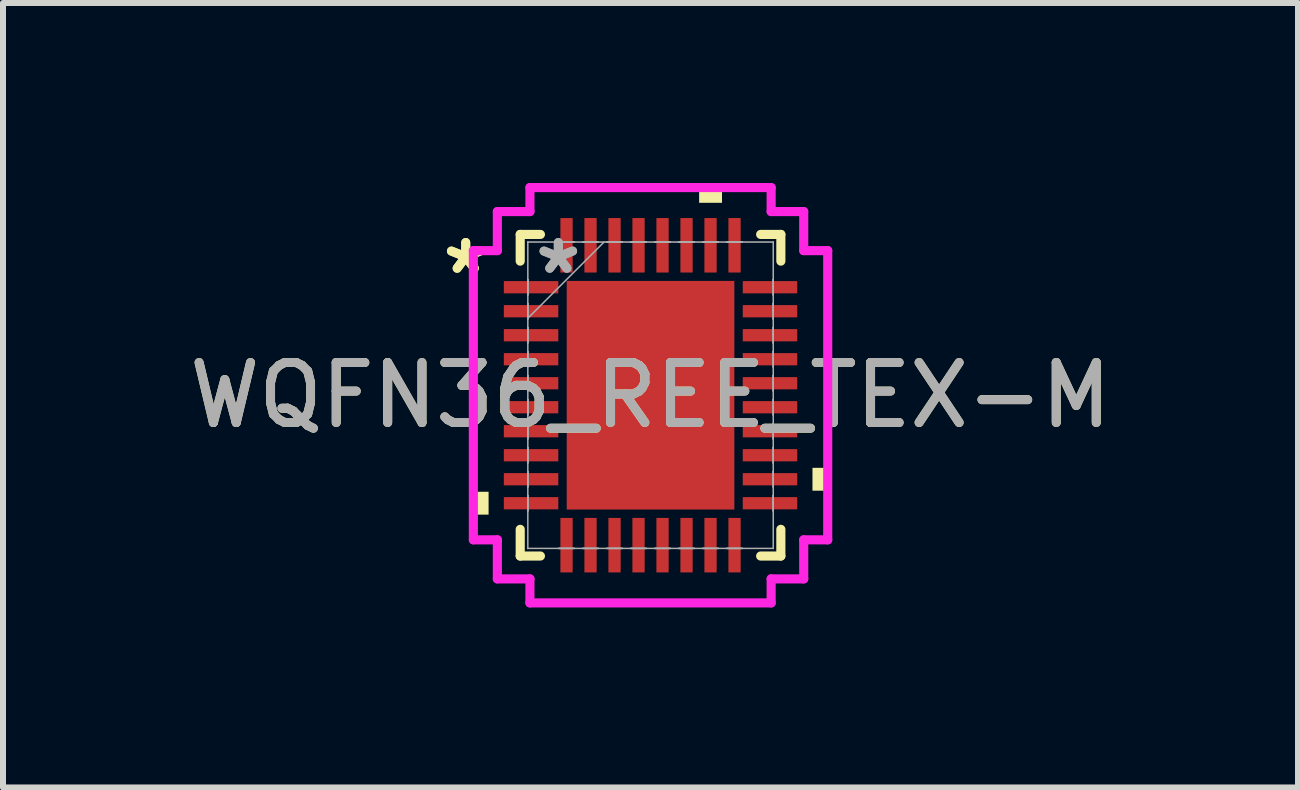
<source format=kicad_pcb>
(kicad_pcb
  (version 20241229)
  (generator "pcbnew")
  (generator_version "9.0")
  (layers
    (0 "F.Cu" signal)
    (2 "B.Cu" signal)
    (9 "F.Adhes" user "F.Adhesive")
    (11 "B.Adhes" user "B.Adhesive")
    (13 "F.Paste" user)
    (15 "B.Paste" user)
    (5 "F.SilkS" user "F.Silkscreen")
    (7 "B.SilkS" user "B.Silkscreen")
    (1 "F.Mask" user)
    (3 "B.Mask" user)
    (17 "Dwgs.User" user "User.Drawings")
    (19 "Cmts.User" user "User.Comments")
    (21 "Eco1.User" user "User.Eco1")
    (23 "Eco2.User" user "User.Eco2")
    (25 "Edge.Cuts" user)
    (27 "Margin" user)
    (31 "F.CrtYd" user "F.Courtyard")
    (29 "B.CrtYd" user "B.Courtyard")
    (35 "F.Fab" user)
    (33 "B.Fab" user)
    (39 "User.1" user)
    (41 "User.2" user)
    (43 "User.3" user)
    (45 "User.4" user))
  (footprint "WQFN36_REE_TEX-M"
    (layer "F.Cu")
    (at 7.792 3.537)
    (property "Reference" "WQFN36_REE_TEX-M" (at 0 0 0) (unlocked yes) (layer "F.SilkS") (effects (font (size 1 1) (thickness 0.15))))
    (attr smd)
    (fp_line (start -2.172 -2.68) (end -2.172 -2.235) (stroke (width 0.152) (type solid)) (layer "F.SilkS"))
    (fp_line (start -2.172 2.235) (end -2.172 2.68) (stroke (width 0.152) (type solid)) (layer "F.SilkS"))
    (fp_line (start -2.172 2.68) (end -1.835 2.68) (stroke (width 0.152) (type solid)) (layer "F.SilkS"))
    (fp_line (start -1.835 -2.68) (end -2.172 -2.68) (stroke (width 0.152) (type solid)) (layer "F.SilkS"))
    (fp_line (start 1.835 2.68) (end 2.172 2.68) (stroke (width 0.152) (type solid)) (layer "F.SilkS"))
    (fp_line (start 2.172 -2.68) (end 1.835 -2.68) (stroke (width 0.152) (type solid)) (layer "F.SilkS"))
    (fp_line (start 2.172 -2.235) (end 2.172 -2.68) (stroke (width 0.152) (type solid)) (layer "F.SilkS"))
    (fp_line (start 2.172 2.68) (end 2.172 2.235) (stroke (width 0.152) (type solid)) (layer "F.SilkS"))
    (fp_poly (pts (xy -2.953 1.609) (xy -2.953 1.99) (xy -2.699 1.99) (xy -2.699 1.609)) (stroke (width 0) (type solid)) (fill yes) (layer "F.SilkS"))
    (fp_poly (pts (xy 0.81 -3.207) (xy 0.81 -3.461) (xy 1.191 -3.461) (xy 1.191 -3.207)) (stroke (width 0) (type solid)) (fill yes) (layer "F.SilkS"))
    (fp_poly (pts (xy 2.953 1.21) (xy 2.953 1.591) (xy 2.699 1.591) (xy 2.699 1.21)) (stroke (width 0) (type solid)) (fill yes) (layer "F.SilkS"))
    (fp_poly (pts (xy -1.297 -1.805) (xy -1.297 -0.735) (xy -0.1 -0.735) (xy -0.1 -1.805)) (stroke (width 0) (type solid)) (fill yes) (layer "F.Paste"))
    (fp_poly (pts (xy -1.297 -0.535) (xy -1.297 0.535) (xy -0.1 0.535) (xy -0.1 -0.535)) (stroke (width 0) (type solid)) (fill yes) (layer "F.Paste"))
    (fp_poly (pts (xy -1.297 0.735) (xy -1.297 1.805) (xy -0.1 1.805) (xy -0.1 0.735)) (stroke (width 0) (type solid)) (fill yes) (layer "F.Paste"))
    (fp_poly (pts (xy 0.1 -1.805) (xy 0.1 -0.735) (xy 1.297 -0.735) (xy 1.297 -1.805)) (stroke (width 0) (type solid)) (fill yes) (layer "F.Paste"))
    (fp_poly (pts (xy 0.1 -0.535) (xy 0.1 0.535) (xy 1.297 0.535) (xy 1.297 -0.535)) (stroke (width 0) (type solid)) (fill yes) (layer "F.Paste"))
    (fp_poly (pts (xy 0.1 0.735) (xy 0.1 1.805) (xy 1.297 1.805) (xy 1.297 0.735)) (stroke (width 0) (type solid)) (fill yes) (layer "F.Paste"))
    (fp_line (start -2.953 -2.41) (end -2.553 -2.41) (stroke (width 0.152) (type solid)) (layer "F.CrtYd"))
    (fp_line (start -2.953 2.41) (end -2.953 -2.41) (stroke (width 0.152) (type solid)) (layer "F.CrtYd"))
    (fp_line (start -2.553 -3.061) (end -2.01 -3.061) (stroke (width 0.152) (type solid)) (layer "F.CrtYd"))
    (fp_line (start -2.553 -2.41) (end -2.553 -3.061) (stroke (width 0.152) (type solid)) (layer "F.CrtYd"))
    (fp_line (start -2.553 2.41) (end -2.953 2.41) (stroke (width 0.152) (type solid)) (layer "F.CrtYd"))
    (fp_line (start -2.553 3.061) (end -2.553 2.41) (stroke (width 0.152) (type solid)) (layer "F.CrtYd"))
    (fp_line (start -2.01 -3.461) (end 2.01 -3.461) (stroke (width 0.152) (type solid)) (layer "F.CrtYd"))
    (fp_line (start -2.01 -3.061) (end -2.01 -3.461) (stroke (width 0.152) (type solid)) (layer "F.CrtYd"))
    (fp_line (start -2.01 3.061) (end -2.553 3.061) (stroke (width 0.152) (type solid)) (layer "F.CrtYd"))
    (fp_line (start -2.01 3.461) (end -2.01 3.061) (stroke (width 0.152) (type solid)) (layer "F.CrtYd"))
    (fp_line (start 2.01 -3.461) (end 2.01 -3.061) (stroke (width 0.152) (type solid)) (layer "F.CrtYd"))
    (fp_line (start 2.01 -3.061) (end 2.553 -3.061) (stroke (width 0.152) (type solid)) (layer "F.CrtYd"))
    (fp_line (start 2.01 3.061) (end 2.01 3.461) (stroke (width 0.152) (type solid)) (layer "F.CrtYd"))
    (fp_line (start 2.01 3.461) (end -2.01 3.461) (stroke (width 0.152) (type solid)) (layer "F.CrtYd"))
    (fp_line (start 2.553 -3.061) (end 2.553 -2.41) (stroke (width 0.152) (type solid)) (layer "F.CrtYd"))
    (fp_line (start 2.553 -2.41) (end 2.953 -2.41) (stroke (width 0.152) (type solid)) (layer "F.CrtYd"))
    (fp_line (start 2.553 2.41) (end 2.553 3.061) (stroke (width 0.152) (type solid)) (layer "F.CrtYd"))
    (fp_line (start 2.553 3.061) (end 2.01 3.061) (stroke (width 0.152) (type solid)) (layer "F.CrtYd"))
    (fp_line (start 2.953 -2.41) (end 2.953 2.41) (stroke (width 0.152) (type solid)) (layer "F.CrtYd"))
    (fp_line (start 2.953 2.41) (end 2.553 2.41) (stroke (width 0.152) (type solid)) (layer "F.CrtYd"))
    (fp_line (start -2.045 -2.553) (end -2.045 -2.553) (stroke (width 0.025) (type solid)) (layer "F.Fab"))
    (fp_line (start -2.045 -2.553) (end -2.045 2.553) (stroke (width 0.025) (type solid)) (layer "F.Fab"))
    (fp_line (start -2.045 -1.927) (end -2.045 -1.927) (stroke (width 0.025) (type solid)) (layer "F.Fab"))
    (fp_line (start -2.045 -1.927) (end -2.045 -1.673) (stroke (width 0.025) (type solid)) (layer "F.Fab"))
    (fp_line (start -2.045 -1.673) (end -2.045 -1.927) (stroke (width 0.025) (type solid)) (layer "F.Fab"))
    (fp_line (start -2.045 -1.673) (end -2.045 -1.673) (stroke (width 0.025) (type solid)) (layer "F.Fab"))
    (fp_line (start -2.045 -1.527) (end -2.045 -1.527) (stroke (width 0.025) (type solid)) (layer "F.Fab"))
    (fp_line (start -2.045 -1.527) (end -2.045 -1.273) (stroke (width 0.025) (type solid)) (layer "F.Fab"))
    (fp_line (start -2.045 -1.283) (end -0.775 -2.553) (stroke (width 0.025) (type solid)) (layer "F.Fab"))
    (fp_line (start -2.045 -1.273) (end -2.045 -1.527) (stroke (width 0.025) (type solid)) (layer "F.Fab"))
    (fp_line (start -2.045 -1.273) (end -2.045 -1.273) (stroke (width 0.025) (type solid)) (layer "F.Fab"))
    (fp_line (start -2.045 -1.127) (end -2.045 -1.127) (stroke (width 0.025) (type solid)) (layer "F.Fab"))
    (fp_line (start -2.045 -1.127) (end -2.045 -0.873) (stroke (width 0.025) (type solid)) (layer "F.Fab"))
    (fp_line (start -2.045 -0.873) (end -2.045 -1.127) (stroke (width 0.025) (type solid)) (layer "F.Fab"))
    (fp_line (start -2.045 -0.873) (end -2.045 -0.873) (stroke (width 0.025) (type solid)) (layer "F.Fab"))
    (fp_line (start -2.045 -0.727) (end -2.045 -0.727) (stroke (width 0.025) (type solid)) (layer "F.Fab"))
    (fp_line (start -2.045 -0.727) (end -2.045 -0.473) (stroke (width 0.025) (type solid)) (layer "F.Fab"))
    (fp_line (start -2.045 -0.473) (end -2.045 -0.727) (stroke (width 0.025) (type solid)) (layer "F.Fab"))
    (fp_line (start -2.045 -0.473) (end -2.045 -0.473) (stroke (width 0.025) (type solid)) (layer "F.Fab"))
    (fp_line (start -2.045 -0.327) (end -2.045 -0.327) (stroke (width 0.025) (type solid)) (layer "F.Fab"))
    (fp_line (start -2.045 -0.327) (end -2.045 -0.073) (stroke (width 0.025) (type solid)) (layer "F.Fab"))
    (fp_line (start -2.045 -0.073) (end -2.045 -0.327) (stroke (width 0.025) (type solid)) (layer "F.Fab"))
    (fp_line (start -2.045 -0.073) (end -2.045 -0.073) (stroke (width 0.025) (type solid)) (layer "F.Fab"))
    (fp_line (start -2.045 0.073) (end -2.045 0.073) (stroke (width 0.025) (type solid)) (layer "F.Fab"))
    (fp_line (start -2.045 0.073) (end -2.045 0.327) (stroke (width 0.025) (type solid)) (layer "F.Fab"))
    (fp_line (start -2.045 0.327) (end -2.045 0.073) (stroke (width 0.025) (type solid)) (layer "F.Fab"))
    (fp_line (start -2.045 0.327) (end -2.045 0.327) (stroke (width 0.025) (type solid)) (layer "F.Fab"))
    (fp_line (start -2.045 0.473) (end -2.045 0.473) (stroke (width 0.025) (type solid)) (layer "F.Fab"))
    (fp_line (start -2.045 0.473) (end -2.045 0.727) (stroke (width 0.025) (type solid)) (layer "F.Fab"))
    (fp_line (start -2.045 0.727) (end -2.045 0.473) (stroke (width 0.025) (type solid)) (layer "F.Fab"))
    (fp_line (start -2.045 0.727) (end -2.045 0.727) (stroke (width 0.025) (type solid)) (layer "F.Fab"))
    (fp_line (start -2.045 0.873) (end -2.045 0.873) (stroke (width 0.025) (type solid)) (layer "F.Fab"))
    (fp_line (start -2.045 0.873) (end -2.045 1.127) (stroke (width 0.025) (type solid)) (layer "F.Fab"))
    (fp_line (start -2.045 1.127) (end -2.045 0.873) (stroke (width 0.025) (type solid)) (layer "F.Fab"))
    (fp_line (start -2.045 1.127) (end -2.045 1.127) (stroke (width 0.025) (type solid)) (layer "F.Fab"))
    (fp_line (start -2.045 1.273) (end -2.045 1.273) (stroke (width 0.025) (type solid)) (layer "F.Fab"))
    (fp_line (start -2.045 1.273) (end -2.045 1.527) (stroke (width 0.025) (type solid)) (layer "F.Fab"))
    (fp_line (start -2.045 1.527) (end -2.045 1.273) (stroke (width 0.025) (type solid)) (layer "F.Fab"))
    (fp_line (start -2.045 1.527) (end -2.045 1.527) (stroke (width 0.025) (type solid)) (layer "F.Fab"))
    (fp_line (start -2.045 1.673) (end -2.045 1.673) (stroke (width 0.025) (type solid)) (layer "F.Fab"))
    (fp_line (start -2.045 1.673) (end -2.045 1.927) (stroke (width 0.025) (type solid)) (layer "F.Fab"))
    (fp_line (start -2.045 1.927) (end -2.045 1.673) (stroke (width 0.025) (type solid)) (layer "F.Fab"))
    (fp_line (start -2.045 1.927) (end -2.045 1.927) (stroke (width 0.025) (type solid)) (layer "F.Fab"))
    (fp_line (start -2.045 2.553) (end -2.045 2.553) (stroke (width 0.025) (type solid)) (layer "F.Fab"))
    (fp_line (start -2.045 2.553) (end 2.045 2.553) (stroke (width 0.025) (type solid)) (layer "F.Fab"))
    (fp_line (start -1.527 -2.553) (end -1.527 -2.553) (stroke (width 0.025) (type solid)) (layer "F.Fab"))
    (fp_line (start -1.527 -2.553) (end -1.273 -2.553) (stroke (width 0.025) (type solid)) (layer "F.Fab"))
    (fp_line (start -1.527 2.553) (end -1.527 2.553) (stroke (width 0.025) (type solid)) (layer "F.Fab"))
    (fp_line (start -1.527 2.553) (end -1.273 2.553) (stroke (width 0.025) (type solid)) (layer "F.Fab"))
    (fp_line (start -1.273 -2.553) (end -1.527 -2.553) (stroke (width 0.025) (type solid)) (layer "F.Fab"))
    (fp_line (start -1.273 -2.553) (end -1.273 -2.553) (stroke (width 0.025) (type solid)) (layer "F.Fab"))
    (fp_line (start -1.273 2.553) (end -1.527 2.553) (stroke (width 0.025) (type solid)) (layer "F.Fab"))
    (fp_line (start -1.273 2.553) (end -1.273 2.553) (stroke (width 0.025) (type solid)) (layer "F.Fab"))
    (fp_line (start -1.127 -2.553) (end -1.127 -2.553) (stroke (width 0.025) (type solid)) (layer "F.Fab"))
    (fp_line (start -1.127 -2.553) (end -0.873 -2.553) (stroke (width 0.025) (type solid)) (layer "F.Fab"))
    (fp_line (start -1.127 2.553) (end -1.127 2.553) (stroke (width 0.025) (type solid)) (layer "F.Fab"))
    (fp_line (start -1.127 2.553) (end -0.873 2.553) (stroke (width 0.025) (type solid)) (layer "F.Fab"))
    (fp_line (start -0.873 -2.553) (end -1.127 -2.553) (stroke (width 0.025) (type solid)) (layer "F.Fab"))
    (fp_line (start -0.873 -2.553) (end -0.873 -2.553) (stroke (width 0.025) (type solid)) (layer "F.Fab"))
    (fp_line (start -0.873 2.553) (end -1.127 2.553) (stroke (width 0.025) (type solid)) (layer "F.Fab"))
    (fp_line (start -0.873 2.553) (end -0.873 2.553) (stroke (width 0.025) (type solid)) (layer "F.Fab"))
    (fp_line (start -0.727 -2.553) (end -0.727 -2.553) (stroke (width 0.025) (type solid)) (layer "F.Fab"))
    (fp_line (start -0.727 -2.553) (end -0.473 -2.553) (stroke (width 0.025) (type solid)) (layer "F.Fab"))
    (fp_line (start -0.727 2.553) (end -0.727 2.553) (stroke (width 0.025) (type solid)) (layer "F.Fab"))
    (fp_line (start -0.727 2.553) (end -0.473 2.553) (stroke (width 0.025) (type solid)) (layer "F.Fab"))
    (fp_line (start -0.473 -2.553) (end -0.727 -2.553) (stroke (width 0.025) (type solid)) (layer "F.Fab"))
    (fp_line (start -0.473 -2.553) (end -0.473 -2.553) (stroke (width 0.025) (type solid)) (layer "F.Fab"))
    (fp_line (start -0.473 2.553) (end -0.727 2.553) (stroke (width 0.025) (type solid)) (layer "F.Fab"))
    (fp_line (start -0.473 2.553) (end -0.473 2.553) (stroke (width 0.025) (type solid)) (layer "F.Fab"))
    (fp_line (start -0.327 -2.553) (end -0.327 -2.553) (stroke (width 0.025) (type solid)) (layer "F.Fab"))
    (fp_line (start -0.327 -2.553) (end -0.073 -2.553) (stroke (width 0.025) (type solid)) (layer "F.Fab"))
    (fp_line (start -0.327 2.553) (end -0.327 2.553) (stroke (width 0.025) (type solid)) (layer "F.Fab"))
    (fp_line (start -0.327 2.553) (end -0.073 2.553) (stroke (width 0.025) (type solid)) (layer "F.Fab"))
    (fp_line (start -0.073 -2.553) (end -0.327 -2.553) (stroke (width 0.025) (type solid)) (layer "F.Fab"))
    (fp_line (start -0.073 -2.553) (end -0.073 -2.553) (stroke (width 0.025) (type solid)) (layer "F.Fab"))
    (fp_line (start -0.073 2.553) (end -0.327 2.553) (stroke (width 0.025) (type solid)) (layer "F.Fab"))
    (fp_line (start -0.073 2.553) (end -0.073 2.553) (stroke (width 0.025) (type solid)) (layer "F.Fab"))
    (fp_line (start 0.073 -2.553) (end 0.073 -2.553) (stroke (width 0.025) (type solid)) (layer "F.Fab"))
    (fp_line (start 0.073 -2.553) (end 0.327 -2.553) (stroke (width 0.025) (type solid)) (layer "F.Fab"))
    (fp_line (start 0.073 2.553) (end 0.073 2.553) (stroke (width 0.025) (type solid)) (layer "F.Fab"))
    (fp_line (start 0.073 2.553) (end 0.327 2.553) (stroke (width 0.025) (type solid)) (layer "F.Fab"))
    (fp_line (start 0.327 -2.553) (end 0.073 -2.553) (stroke (width 0.025) (type solid)) (layer "F.Fab"))
    (fp_line (start 0.327 -2.553) (end 0.327 -2.553) (stroke (width 0.025) (type solid)) (layer "F.Fab"))
    (fp_line (start 0.327 2.553) (end 0.073 2.553) (stroke (width 0.025) (type solid)) (layer "F.Fab"))
    (fp_line (start 0.327 2.553) (end 0.327 2.553) (stroke (width 0.025) (type solid)) (layer "F.Fab"))
    (fp_line (start 0.473 -2.553) (end 0.473 -2.553) (stroke (width 0.025) (type solid)) (layer "F.Fab"))
    (fp_line (start 0.473 -2.553) (end 0.727 -2.553) (stroke (width 0.025) (type solid)) (layer "F.Fab"))
    (fp_line (start 0.473 2.553) (end 0.473 2.553) (stroke (width 0.025) (type solid)) (layer "F.Fab"))
    (fp_line (start 0.473 2.553) (end 0.727 2.553) (stroke (width 0.025) (type solid)) (layer "F.Fab"))
    (fp_line (start 0.727 -2.553) (end 0.473 -2.553) (stroke (width 0.025) (type solid)) (layer "F.Fab"))
    (fp_line (start 0.727 -2.553) (end 0.727 -2.553) (stroke (width 0.025) (type solid)) (layer "F.Fab"))
    (fp_line (start 0.727 2.553) (end 0.473 2.553) (stroke (width 0.025) (type solid)) (layer "F.Fab"))
    (fp_line (start 0.727 2.553) (end 0.727 2.553) (stroke (width 0.025) (type solid)) (layer "F.Fab"))
    (fp_line (start 0.873 -2.553) (end 0.873 -2.553) (stroke (width 0.025) (type solid)) (layer "F.Fab"))
    (fp_line (start 0.873 -2.553) (end 1.127 -2.553) (stroke (width 0.025) (type solid)) (layer "F.Fab"))
    (fp_line (start 0.873 2.553) (end 0.873 2.553) (stroke (width 0.025) (type solid)) (layer "F.Fab"))
    (fp_line (start 0.873 2.553) (end 1.127 2.553) (stroke (width 0.025) (type solid)) (layer "F.Fab"))
    (fp_line (start 1.127 -2.553) (end 0.873 -2.553) (stroke (width 0.025) (type solid)) (layer "F.Fab"))
    (fp_line (start 1.127 -2.553) (end 1.127 -2.553) (stroke (width 0.025) (type solid)) (layer "F.Fab"))
    (fp_line (start 1.127 2.553) (end 0.873 2.553) (stroke (width 0.025) (type solid)) (layer "F.Fab"))
    (fp_line (start 1.127 2.553) (end 1.127 2.553) (stroke (width 0.025) (type solid)) (layer "F.Fab"))
    (fp_line (start 1.273 -2.553) (end 1.273 -2.553) (stroke (width 0.025) (type solid)) (layer "F.Fab"))
    (fp_line (start 1.273 -2.553) (end 1.527 -2.553) (stroke (width 0.025) (type solid)) (layer "F.Fab"))
    (fp_line (start 1.273 2.553) (end 1.273 2.553) (stroke (width 0.025) (type solid)) (layer "F.Fab"))
    (fp_line (start 1.273 2.553) (end 1.527 2.553) (stroke (width 0.025) (type solid)) (layer "F.Fab"))
    (fp_line (start 1.527 -2.553) (end 1.273 -2.553) (stroke (width 0.025) (type solid)) (layer "F.Fab"))
    (fp_line (start 1.527 -2.553) (end 1.527 -2.553) (stroke (width 0.025) (type solid)) (layer "F.Fab"))
    (fp_line (start 1.527 2.553) (end 1.273 2.553) (stroke (width 0.025) (type solid)) (layer "F.Fab"))
    (fp_line (start 1.527 2.553) (end 1.527 2.553) (stroke (width 0.025) (type solid)) (layer "F.Fab"))
    (fp_line (start 2.045 -2.553) (end -2.045 -2.553) (stroke (width 0.025) (type solid)) (layer "F.Fab"))
    (fp_line (start 2.045 -2.553) (end 2.045 -2.553) (stroke (width 0.025) (type solid)) (layer "F.Fab"))
    (fp_line (start 2.045 -1.927) (end 2.045 -1.927) (stroke (width 0.025) (type solid)) (layer "F.Fab"))
    (fp_line (start 2.045 -1.927) (end 2.045 -1.673) (stroke (width 0.025) (type solid)) (layer "F.Fab"))
    (fp_line (start 2.045 -1.673) (end 2.045 -1.927) (stroke (width 0.025) (type solid)) (layer "F.Fab"))
    (fp_line (start 2.045 -1.673) (end 2.045 -1.673) (stroke (width 0.025) (type solid)) (layer "F.Fab"))
    (fp_line (start 2.045 -1.527) (end 2.045 -1.527) (stroke (width 0.025) (type solid)) (layer "F.Fab"))
    (fp_line (start 2.045 -1.527) (end 2.045 -1.273) (stroke (width 0.025) (type solid)) (layer "F.Fab"))
    (fp_line (start 2.045 -1.273) (end 2.045 -1.527) (stroke (width 0.025) (type solid)) (layer "F.Fab"))
    (fp_line (start 2.045 -1.273) (end 2.045 -1.273) (stroke (width 0.025) (type solid)) (layer "F.Fab"))
    (fp_line (start 2.045 -1.127) (end 2.045 -1.127) (stroke (width 0.025) (type solid)) (layer "F.Fab"))
    (fp_line (start 2.045 -1.127) (end 2.045 -0.873) (stroke (width 0.025) (type solid)) (layer "F.Fab"))
    (fp_line (start 2.045 -0.873) (end 2.045 -1.127) (stroke (width 0.025) (type solid)) (layer "F.Fab"))
    (fp_line (start 2.045 -0.873) (end 2.045 -0.873) (stroke (width 0.025) (type solid)) (layer "F.Fab"))
    (fp_line (start 2.045 -0.727) (end 2.045 -0.727) (stroke (width 0.025) (type solid)) (layer "F.Fab"))
    (fp_line (start 2.045 -0.727) (end 2.045 -0.473) (stroke (width 0.025) (type solid)) (layer "F.Fab"))
    (fp_line (start 2.045 -0.473) (end 2.045 -0.727) (stroke (width 0.025) (type solid)) (layer "F.Fab"))
    (fp_line (start 2.045 -0.473) (end 2.045 -0.473) (stroke (width 0.025) (type solid)) (layer "F.Fab"))
    (fp_line (start 2.045 -0.327) (end 2.045 -0.327) (stroke (width 0.025) (type solid)) (layer "F.Fab"))
    (fp_line (start 2.045 -0.327) (end 2.045 -0.073) (stroke (width 0.025) (type solid)) (layer "F.Fab"))
    (fp_line (start 2.045 -0.073) (end 2.045 -0.327) (stroke (width 0.025) (type solid)) (layer "F.Fab"))
    (fp_line (start 2.045 -0.073) (end 2.045 -0.073) (stroke (width 0.025) (type solid)) (layer "F.Fab"))
    (fp_line (start 2.045 0.073) (end 2.045 0.073) (stroke (width 0.025) (type solid)) (layer "F.Fab"))
    (fp_line (start 2.045 0.073) (end 2.045 0.327) (stroke (width 0.025) (type solid)) (layer "F.Fab"))
    (fp_line (start 2.045 0.327) (end 2.045 0.073) (stroke (width 0.025) (type solid)) (layer "F.Fab"))
    (fp_line (start 2.045 0.327) (end 2.045 0.327) (stroke (width 0.025) (type solid)) (layer "F.Fab"))
    (fp_line (start 2.045 0.473) (end 2.045 0.473) (stroke (width 0.025) (type solid)) (layer "F.Fab"))
    (fp_line (start 2.045 0.473) (end 2.045 0.727) (stroke (width 0.025) (type solid)) (layer "F.Fab"))
    (fp_line (start 2.045 0.727) (end 2.045 0.473) (stroke (width 0.025) (type solid)) (layer "F.Fab"))
    (fp_line (start 2.045 0.727) (end 2.045 0.727) (stroke (width 0.025) (type solid)) (layer "F.Fab"))
    (fp_line (start 2.045 0.873) (end 2.045 0.873) (stroke (width 0.025) (type solid)) (layer "F.Fab"))
    (fp_line (start 2.045 0.873) (end 2.045 1.127) (stroke (width 0.025) (type solid)) (layer "F.Fab"))
    (fp_line (start 2.045 1.127) (end 2.045 0.873) (stroke (width 0.025) (type solid)) (layer "F.Fab"))
    (fp_line (start 2.045 1.127) (end 2.045 1.127) (stroke (width 0.025) (type solid)) (layer "F.Fab"))
    (fp_line (start 2.045 1.273) (end 2.045 1.273) (stroke (width 0.025) (type solid)) (layer "F.Fab"))
    (fp_line (start 2.045 1.273) (end 2.045 1.527) (stroke (width 0.025) (type solid)) (layer "F.Fab"))
    (fp_line (start 2.045 1.527) (end 2.045 1.273) (stroke (width 0.025) (type solid)) (layer "F.Fab"))
    (fp_line (start 2.045 1.527) (end 2.045 1.527) (stroke (width 0.025) (type solid)) (layer "F.Fab"))
    (fp_line (start 2.045 1.673) (end 2.045 1.673) (stroke (width 0.025) (type solid)) (layer "F.Fab"))
    (fp_line (start 2.045 1.673) (end 2.045 1.927) (stroke (width 0.025) (type solid)) (layer "F.Fab"))
    (fp_line (start 2.045 1.927) (end 2.045 1.673) (stroke (width 0.025) (type solid)) (layer "F.Fab"))
    (fp_line (start 2.045 1.927) (end 2.045 1.927) (stroke (width 0.025) (type solid)) (layer "F.Fab"))
    (fp_line (start 2.045 2.553) (end 2.045 -2.553) (stroke (width 0.025) (type solid)) (layer "F.Fab"))
    (fp_line (start 2.045 2.553) (end 2.045 2.553) (stroke (width 0.025) (type solid)) (layer "F.Fab"))
    (fp_text user "*" (at -3.08 -2 0) (unlocked yes) (layer "F.SilkS") (effects (font (size 1 1) (thickness 0.15))))
    (fp_text user "*" (at -3.08 -2 0) (layer "F.SilkS") (effects (font (size 1 1) (thickness 0.15))))
    (fp_text user "${REFERENCE}" (at 0 0 0) (unlocked yes) (layer "F.Fab") (effects (font (size 1 1) (thickness 0.15))))
    (fp_text user "*" (at -1.537 -2 0) (unlocked yes) (layer "F.Fab") (effects (font (size 1 1) (thickness 0.15))))
    (fp_text user "*" (at -1.537 -2 0) (layer "F.Fab") (effects (font (size 1 1) (thickness 0.15))))
    (pad "1" smd rect (at -1.991 -1.8 90) (size 0.204 0.908) (layers "F.Cu" "F.Mask" "F.Paste"))
    (pad "2" smd rect (at -1.991 -1.4 90) (size 0.204 0.908) (layers "F.Cu" "F.Mask" "F.Paste"))
    (pad "3" smd rect (at -1.991 -1 90) (size 0.204 0.908) (layers "F.Cu" "F.Mask" "F.Paste"))
    (pad "4" smd rect (at -1.991 -0.6 90) (size 0.204 0.908) (layers "F.Cu" "F.Mask" "F.Paste"))
    (pad "5" smd rect (at -1.991 -0.2 90) (size 0.204 0.908) (layers "F.Cu" "F.Mask" "F.Paste"))
    (pad "6" smd rect (at -1.991 0.2 90) (size 0.204 0.908) (layers "F.Cu" "F.Mask" "F.Paste"))
    (pad "7" smd rect (at -1.991 0.6 90) (size 0.204 0.908) (layers "F.Cu" "F.Mask" "F.Paste"))
    (pad "8" smd rect (at -1.991 1 90) (size 0.204 0.908) (layers "F.Cu" "F.Mask" "F.Paste"))
    (pad "9" smd rect (at -1.991 1.4 90) (size 0.204 0.908) (layers "F.Cu" "F.Mask" "F.Paste"))
    (pad "10" smd rect (at -1.991 1.8 90) (size 0.204 0.908) (layers "F.Cu" "F.Mask" "F.Paste"))
    (pad "11" smd rect (at -1.4 2.499) (size 0.204 0.908) (layers "F.Cu" "F.Mask" "F.Paste"))
    (pad "12" smd rect (at -1 2.499) (size 0.204 0.908) (layers "F.Cu" "F.Mask" "F.Paste"))
    (pad "13" smd rect (at -0.6 2.499) (size 0.204 0.908) (layers "F.Cu" "F.Mask" "F.Paste"))
    (pad "14" smd rect (at -0.2 2.499) (size 0.204 0.908) (layers "F.Cu" "F.Mask" "F.Paste"))
    (pad "15" smd rect (at 0.2 2.499) (size 0.204 0.908) (layers "F.Cu" "F.Mask" "F.Paste"))
    (pad "16" smd rect (at 0.6 2.499) (size 0.204 0.908) (layers "F.Cu" "F.Mask" "F.Paste"))
    (pad "17" smd rect (at 1 2.499) (size 0.204 0.908) (layers "F.Cu" "F.Mask" "F.Paste"))
    (pad "18" smd rect (at 1.4 2.499) (size 0.204 0.908) (layers "F.Cu" "F.Mask" "F.Paste"))
    (pad "19" smd rect (at 1.991 1.8 90) (size 0.204 0.908) (layers "F.Cu" "F.Mask" "F.Paste"))
    (pad "20" smd rect (at 1.991 1.4 90) (size 0.204 0.908) (layers "F.Cu" "F.Mask" "F.Paste"))
    (pad "21" smd rect (at 1.991 1 90) (size 0.204 0.908) (layers "F.Cu" "F.Mask" "F.Paste"))
    (pad "22" smd rect (at 1.991 0.6 90) (size 0.204 0.908) (layers "F.Cu" "F.Mask" "F.Paste"))
    (pad "23" smd rect (at 1.991 0.2 90) (size 0.204 0.908) (layers "F.Cu" "F.Mask" "F.Paste"))
    (pad "24" smd rect (at 1.991 -0.2 90) (size 0.204 0.908) (layers "F.Cu" "F.Mask" "F.Paste"))
    (pad "25" smd rect (at 1.991 -0.6 90) (size 0.204 0.908) (layers "F.Cu" "F.Mask" "F.Paste"))
    (pad "26" smd rect (at 1.991 -1 90) (size 0.204 0.908) (layers "F.Cu" "F.Mask" "F.Paste"))
    (pad "27" smd rect (at 1.991 -1.4 90) (size 0.204 0.908) (layers "F.Cu" "F.Mask" "F.Paste"))
    (pad "28" smd rect (at 1.991 -1.8 90) (size 0.204 0.908) (layers "F.Cu" "F.Mask" "F.Paste"))
    (pad "29" smd rect (at 1.4 -2.499) (size 0.204 0.908) (layers "F.Cu" "F.Mask" "F.Paste"))
    (pad "30" smd rect (at 1 -2.499) (size 0.204 0.908) (layers "F.Cu" "F.Mask" "F.Paste"))
    (pad "31" smd rect (at 0.6 -2.499) (size 0.204 0.908) (layers "F.Cu" "F.Mask" "F.Paste"))
    (pad "32" smd rect (at 0.2 -2.499) (size 0.204 0.908) (layers "F.Cu" "F.Mask" "F.Paste"))
    (pad "33" smd rect (at -0.2 -2.499) (size 0.204 0.908) (layers "F.Cu" "F.Mask" "F.Paste"))
    (pad "34" smd rect (at -0.6 -2.499) (size 0.204 0.908) (layers "F.Cu" "F.Mask" "F.Paste"))
    (pad "35" smd rect (at -1 -2.499) (size 0.204 0.908) (layers "F.Cu" "F.Mask" "F.Paste"))
    (pad "36" smd rect (at -1.4 -2.499) (size 0.204 0.908) (layers "F.Cu" "F.Mask" "F.Paste"))
    (pad "37" smd rect (at 0 0) (size 2.794 3.81) (layers "F.Cu" "F.Mask")))
  (gr_rect
    (start -3 -3)
    (end 18.583 10.074)
    (stroke (width 0.1) (type default))
    (fill no)
    (layer "Edge.Cuts")))
</source>
